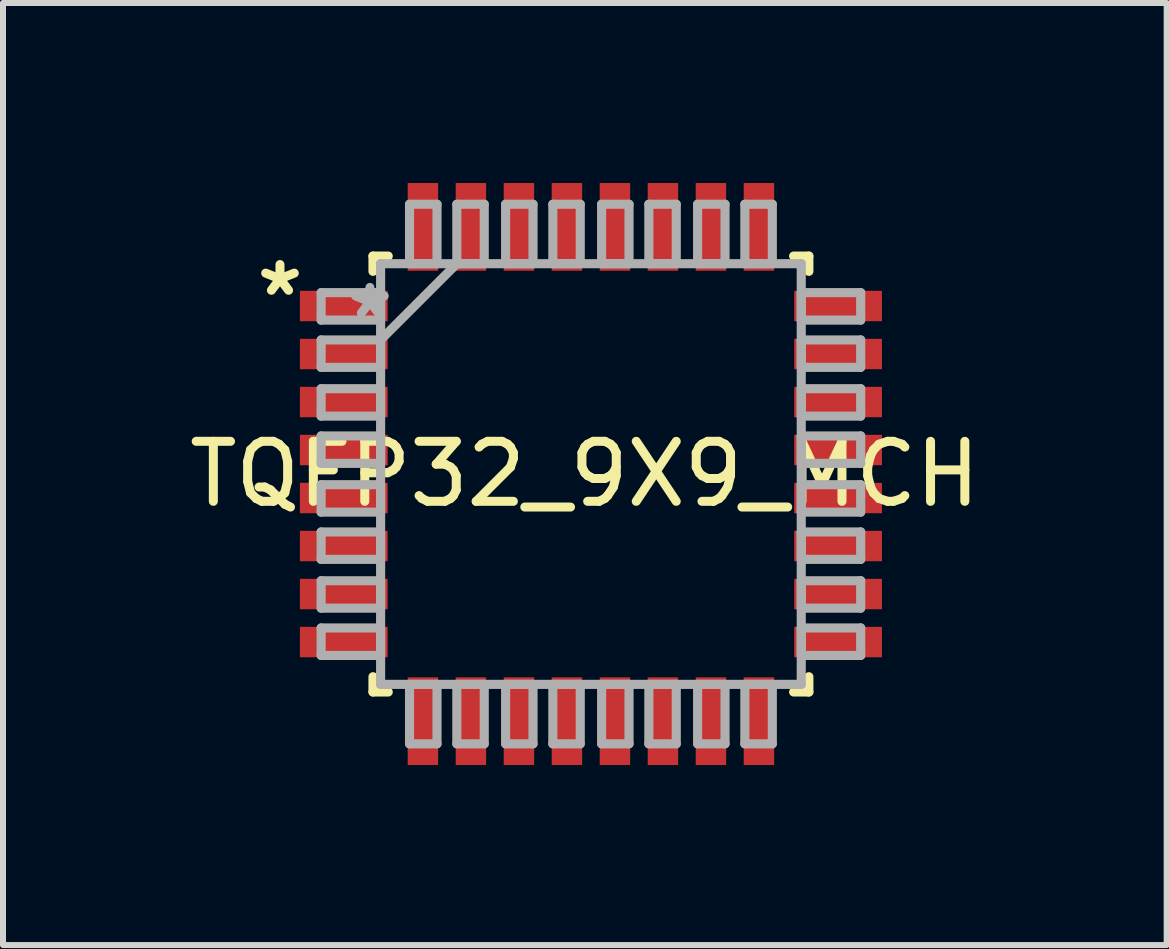
<source format=kicad_pcb>
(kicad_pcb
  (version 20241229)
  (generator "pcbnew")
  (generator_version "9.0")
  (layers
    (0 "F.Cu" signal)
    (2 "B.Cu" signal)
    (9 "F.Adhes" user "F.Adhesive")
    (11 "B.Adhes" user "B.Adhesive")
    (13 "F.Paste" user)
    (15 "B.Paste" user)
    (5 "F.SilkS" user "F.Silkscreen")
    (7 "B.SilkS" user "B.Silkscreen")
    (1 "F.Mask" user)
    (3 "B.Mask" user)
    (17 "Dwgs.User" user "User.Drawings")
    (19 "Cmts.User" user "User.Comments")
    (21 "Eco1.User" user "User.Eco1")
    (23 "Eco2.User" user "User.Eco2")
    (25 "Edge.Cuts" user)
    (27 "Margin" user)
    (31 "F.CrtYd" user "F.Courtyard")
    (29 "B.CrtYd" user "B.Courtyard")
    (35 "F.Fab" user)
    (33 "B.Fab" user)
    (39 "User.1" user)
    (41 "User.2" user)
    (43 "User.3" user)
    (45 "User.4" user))
  (footprint "TQFP32_9X9_MCH"
    (layer "F.Cu")
    (at 6.798 4.85)
    (property "Reference" "TQFP32_9X9_MCH" (at -0.102 0 0) (layer "F.SilkS") (effects (font (size 1 1) (thickness 0.15))))
    (attr smd)
    (fp_line (start -3.632 -3.632) (end -3.632 -3.378) (stroke (width 0.152) (type solid)) (layer "F.SilkS"))
    (fp_line (start -3.632 3.378) (end -3.632 3.632) (stroke (width 0.152) (type solid)) (layer "F.SilkS"))
    (fp_line (start -3.632 3.632) (end -3.378 3.632) (stroke (width 0.152) (type solid)) (layer "F.SilkS"))
    (fp_line (start -3.378 -3.632) (end -3.632 -3.632) (stroke (width 0.152) (type solid)) (layer "F.SilkS"))
    (fp_line (start 3.378 3.632) (end 3.632 3.632) (stroke (width 0.152) (type solid)) (layer "F.SilkS"))
    (fp_line (start 3.632 -3.632) (end 3.378 -3.632) (stroke (width 0.152) (type solid)) (layer "F.SilkS"))
    (fp_line (start 3.632 -3.378) (end 3.632 -3.632) (stroke (width 0.152) (type solid)) (layer "F.SilkS"))
    (fp_line (start 3.632 3.632) (end 3.632 3.378) (stroke (width 0.152) (type solid)) (layer "F.SilkS"))
    (fp_line (start -4.496 -3.023) (end -4.496 -2.565) (stroke (width 0.152) (type solid)) (layer "F.Fab"))
    (fp_line (start -4.496 -2.565) (end -3.505 -2.565) (stroke (width 0.152) (type solid)) (layer "F.Fab"))
    (fp_line (start -4.496 -2.235) (end -4.496 -1.778) (stroke (width 0.152) (type solid)) (layer "F.Fab"))
    (fp_line (start -4.496 -1.778) (end -3.505 -1.778) (stroke (width 0.152) (type solid)) (layer "F.Fab"))
    (fp_line (start -4.496 -1.422) (end -4.496 -0.965) (stroke (width 0.152) (type solid)) (layer "F.Fab"))
    (fp_line (start -4.496 -0.965) (end -3.505 -0.965) (stroke (width 0.152) (type solid)) (layer "F.Fab"))
    (fp_line (start -4.496 -0.635) (end -4.496 -0.178) (stroke (width 0.152) (type solid)) (layer "F.Fab"))
    (fp_line (start -4.496 -0.178) (end -3.505 -0.178) (stroke (width 0.152) (type solid)) (layer "F.Fab"))
    (fp_line (start -4.496 0.178) (end -4.496 0.635) (stroke (width 0.152) (type solid)) (layer "F.Fab"))
    (fp_line (start -4.496 0.635) (end -3.505 0.635) (stroke (width 0.152) (type solid)) (layer "F.Fab"))
    (fp_line (start -4.496 0.965) (end -4.496 1.422) (stroke (width 0.152) (type solid)) (layer "F.Fab"))
    (fp_line (start -4.496 1.422) (end -3.505 1.422) (stroke (width 0.152) (type solid)) (layer "F.Fab"))
    (fp_line (start -4.496 1.778) (end -4.496 2.235) (stroke (width 0.152) (type solid)) (layer "F.Fab"))
    (fp_line (start -4.496 2.235) (end -3.505 2.235) (stroke (width 0.152) (type solid)) (layer "F.Fab"))
    (fp_line (start -4.496 2.565) (end -4.496 3.023) (stroke (width 0.152) (type solid)) (layer "F.Fab"))
    (fp_line (start -4.496 3.023) (end -3.505 3.023) (stroke (width 0.152) (type solid)) (layer "F.Fab"))
    (fp_line (start -3.505 -3.505) (end -3.505 3.505) (stroke (width 0.152) (type solid)) (layer "F.Fab"))
    (fp_line (start -3.505 -3.023) (end -4.496 -3.023) (stroke (width 0.152) (type solid)) (layer "F.Fab"))
    (fp_line (start -3.505 -2.565) (end -3.505 -3.023) (stroke (width 0.152) (type solid)) (layer "F.Fab"))
    (fp_line (start -3.505 -2.235) (end -4.496 -2.235) (stroke (width 0.152) (type solid)) (layer "F.Fab"))
    (fp_line (start -3.505 -2.235) (end -2.235 -3.505) (stroke (width 0.152) (type solid)) (layer "F.Fab"))
    (fp_line (start -3.505 -1.778) (end -3.505 -2.235) (stroke (width 0.152) (type solid)) (layer "F.Fab"))
    (fp_line (start -3.505 -1.422) (end -4.496 -1.422) (stroke (width 0.152) (type solid)) (layer "F.Fab"))
    (fp_line (start -3.505 -0.965) (end -3.505 -1.422) (stroke (width 0.152) (type solid)) (layer "F.Fab"))
    (fp_line (start -3.505 -0.635) (end -4.496 -0.635) (stroke (width 0.152) (type solid)) (layer "F.Fab"))
    (fp_line (start -3.505 -0.178) (end -3.505 -0.635) (stroke (width 0.152) (type solid)) (layer "F.Fab"))
    (fp_line (start -3.505 0.178) (end -4.496 0.178) (stroke (width 0.152) (type solid)) (layer "F.Fab"))
    (fp_line (start -3.505 0.635) (end -3.505 0.178) (stroke (width 0.152) (type solid)) (layer "F.Fab"))
    (fp_line (start -3.505 0.965) (end -4.496 0.965) (stroke (width 0.152) (type solid)) (layer "F.Fab"))
    (fp_line (start -3.505 1.422) (end -3.505 0.965) (stroke (width 0.152) (type solid)) (layer "F.Fab"))
    (fp_line (start -3.505 1.778) (end -4.496 1.778) (stroke (width 0.152) (type solid)) (layer "F.Fab"))
    (fp_line (start -3.505 2.235) (end -3.505 1.778) (stroke (width 0.152) (type solid)) (layer "F.Fab"))
    (fp_line (start -3.505 2.565) (end -4.496 2.565) (stroke (width 0.152) (type solid)) (layer "F.Fab"))
    (fp_line (start -3.505 3.023) (end -3.505 2.565) (stroke (width 0.152) (type solid)) (layer "F.Fab"))
    (fp_line (start -3.505 3.505) (end 3.505 3.505) (stroke (width 0.152) (type solid)) (layer "F.Fab"))
    (fp_line (start -3.023 -4.496) (end -3.023 -3.505) (stroke (width 0.152) (type solid)) (layer "F.Fab"))
    (fp_line (start -3.023 -3.505) (end -2.565 -3.505) (stroke (width 0.152) (type solid)) (layer "F.Fab"))
    (fp_line (start -3.023 3.505) (end -3.023 4.496) (stroke (width 0.152) (type solid)) (layer "F.Fab"))
    (fp_line (start -3.023 4.496) (end -2.565 4.496) (stroke (width 0.152) (type solid)) (layer "F.Fab"))
    (fp_line (start -2.565 -4.496) (end -3.023 -4.496) (stroke (width 0.152) (type solid)) (layer "F.Fab"))
    (fp_line (start -2.565 -3.505) (end -2.565 -4.496) (stroke (width 0.152) (type solid)) (layer "F.Fab"))
    (fp_line (start -2.565 3.505) (end -3.023 3.505) (stroke (width 0.152) (type solid)) (layer "F.Fab"))
    (fp_line (start -2.565 4.496) (end -2.565 3.505) (stroke (width 0.152) (type solid)) (layer "F.Fab"))
    (fp_line (start -2.235 -4.496) (end -2.235 -3.505) (stroke (width 0.152) (type solid)) (layer "F.Fab"))
    (fp_line (start -2.235 -3.505) (end -1.778 -3.505) (stroke (width 0.152) (type solid)) (layer "F.Fab"))
    (fp_line (start -2.235 3.505) (end -2.235 4.496) (stroke (width 0.152) (type solid)) (layer "F.Fab"))
    (fp_line (start -2.235 4.496) (end -1.778 4.496) (stroke (width 0.152) (type solid)) (layer "F.Fab"))
    (fp_line (start -1.778 -4.496) (end -2.235 -4.496) (stroke (width 0.152) (type solid)) (layer "F.Fab"))
    (fp_line (start -1.778 -3.505) (end -1.778 -4.496) (stroke (width 0.152) (type solid)) (layer "F.Fab"))
    (fp_line (start -1.778 3.505) (end -2.235 3.505) (stroke (width 0.152) (type solid)) (layer "F.Fab"))
    (fp_line (start -1.778 4.496) (end -1.778 3.505) (stroke (width 0.152) (type solid)) (layer "F.Fab"))
    (fp_line (start -1.422 -4.496) (end -1.422 -3.505) (stroke (width 0.152) (type solid)) (layer "F.Fab"))
    (fp_line (start -1.422 -3.505) (end -0.965 -3.505) (stroke (width 0.152) (type solid)) (layer "F.Fab"))
    (fp_line (start -1.422 3.505) (end -1.422 4.496) (stroke (width 0.152) (type solid)) (layer "F.Fab"))
    (fp_line (start -1.422 4.496) (end -0.965 4.496) (stroke (width 0.152) (type solid)) (layer "F.Fab"))
    (fp_line (start -0.965 -4.496) (end -1.422 -4.496) (stroke (width 0.152) (type solid)) (layer "F.Fab"))
    (fp_line (start -0.965 -3.505) (end -0.965 -4.496) (stroke (width 0.152) (type solid)) (layer "F.Fab"))
    (fp_line (start -0.965 3.505) (end -1.422 3.505) (stroke (width 0.152) (type solid)) (layer "F.Fab"))
    (fp_line (start -0.965 4.496) (end -0.965 3.505) (stroke (width 0.152) (type solid)) (layer "F.Fab"))
    (fp_line (start -0.635 -4.496) (end -0.635 -3.505) (stroke (width 0.152) (type solid)) (layer "F.Fab"))
    (fp_line (start -0.635 -3.505) (end -0.178 -3.505) (stroke (width 0.152) (type solid)) (layer "F.Fab"))
    (fp_line (start -0.635 3.505) (end -0.635 4.496) (stroke (width 0.152) (type solid)) (layer "F.Fab"))
    (fp_line (start -0.635 4.496) (end -0.178 4.496) (stroke (width 0.152) (type solid)) (layer "F.Fab"))
    (fp_line (start -0.178 -4.496) (end -0.635 -4.496) (stroke (width 0.152) (type solid)) (layer "F.Fab"))
    (fp_line (start -0.178 -3.505) (end -0.178 -4.496) (stroke (width 0.152) (type solid)) (layer "F.Fab"))
    (fp_line (start -0.178 3.505) (end -0.635 3.505) (stroke (width 0.152) (type solid)) (layer "F.Fab"))
    (fp_line (start -0.178 4.496) (end -0.178 3.505) (stroke (width 0.152) (type solid)) (layer "F.Fab"))
    (fp_line (start 0.178 -4.496) (end 0.178 -3.505) (stroke (width 0.152) (type solid)) (layer "F.Fab"))
    (fp_line (start 0.178 -3.505) (end 0.635 -3.505) (stroke (width 0.152) (type solid)) (layer "F.Fab"))
    (fp_line (start 0.178 3.505) (end 0.178 4.496) (stroke (width 0.152) (type solid)) (layer "F.Fab"))
    (fp_line (start 0.178 4.496) (end 0.635 4.496) (stroke (width 0.152) (type solid)) (layer "F.Fab"))
    (fp_line (start 0.635 -4.496) (end 0.178 -4.496) (stroke (width 0.152) (type solid)) (layer "F.Fab"))
    (fp_line (start 0.635 -3.505) (end 0.635 -4.496) (stroke (width 0.152) (type solid)) (layer "F.Fab"))
    (fp_line (start 0.635 3.505) (end 0.178 3.505) (stroke (width 0.152) (type solid)) (layer "F.Fab"))
    (fp_line (start 0.635 4.496) (end 0.635 3.505) (stroke (width 0.152) (type solid)) (layer "F.Fab"))
    (fp_line (start 0.965 -4.496) (end 0.965 -3.505) (stroke (width 0.152) (type solid)) (layer "F.Fab"))
    (fp_line (start 0.965 -3.505) (end 1.422 -3.505) (stroke (width 0.152) (type solid)) (layer "F.Fab"))
    (fp_line (start 0.965 3.505) (end 0.965 4.496) (stroke (width 0.152) (type solid)) (layer "F.Fab"))
    (fp_line (start 0.965 4.496) (end 1.422 4.496) (stroke (width 0.152) (type solid)) (layer "F.Fab"))
    (fp_line (start 1.422 -4.496) (end 0.965 -4.496) (stroke (width 0.152) (type solid)) (layer "F.Fab"))
    (fp_line (start 1.422 -3.505) (end 1.422 -4.496) (stroke (width 0.152) (type solid)) (layer "F.Fab"))
    (fp_line (start 1.422 3.505) (end 0.965 3.505) (stroke (width 0.152) (type solid)) (layer "F.Fab"))
    (fp_line (start 1.422 4.496) (end 1.422 3.505) (stroke (width 0.152) (type solid)) (layer "F.Fab"))
    (fp_line (start 1.778 -4.496) (end 1.778 -3.505) (stroke (width 0.152) (type solid)) (layer "F.Fab"))
    (fp_line (start 1.778 -3.505) (end 2.235 -3.505) (stroke (width 0.152) (type solid)) (layer "F.Fab"))
    (fp_line (start 1.778 3.505) (end 1.778 4.496) (stroke (width 0.152) (type solid)) (layer "F.Fab"))
    (fp_line (start 1.778 4.496) (end 2.235 4.496) (stroke (width 0.152) (type solid)) (layer "F.Fab"))
    (fp_line (start 2.235 -4.496) (end 1.778 -4.496) (stroke (width 0.152) (type solid)) (layer "F.Fab"))
    (fp_line (start 2.235 -3.505) (end 2.235 -4.496) (stroke (width 0.152) (type solid)) (layer "F.Fab"))
    (fp_line (start 2.235 3.505) (end 1.778 3.505) (stroke (width 0.152) (type solid)) (layer "F.Fab"))
    (fp_line (start 2.235 4.496) (end 2.235 3.505) (stroke (width 0.152) (type solid)) (layer "F.Fab"))
    (fp_line (start 2.565 -4.496) (end 2.565 -3.505) (stroke (width 0.152) (type solid)) (layer "F.Fab"))
    (fp_line (start 2.565 -3.505) (end 3.023 -3.505) (stroke (width 0.152) (type solid)) (layer "F.Fab"))
    (fp_line (start 2.565 3.505) (end 2.565 4.496) (stroke (width 0.152) (type solid)) (layer "F.Fab"))
    (fp_line (start 2.565 4.496) (end 3.023 4.496) (stroke (width 0.152) (type solid)) (layer "F.Fab"))
    (fp_line (start 3.023 -4.496) (end 2.565 -4.496) (stroke (width 0.152) (type solid)) (layer "F.Fab"))
    (fp_line (start 3.023 -3.505) (end 3.023 -4.496) (stroke (width 0.152) (type solid)) (layer "F.Fab"))
    (fp_line (start 3.023 3.505) (end 2.565 3.505) (stroke (width 0.152) (type solid)) (layer "F.Fab"))
    (fp_line (start 3.023 4.496) (end 3.023 3.505) (stroke (width 0.152) (type solid)) (layer "F.Fab"))
    (fp_line (start 3.505 -3.505) (end -3.505 -3.505) (stroke (width 0.152) (type solid)) (layer "F.Fab"))
    (fp_line (start 3.505 -3.023) (end 3.505 -2.565) (stroke (width 0.152) (type solid)) (layer "F.Fab"))
    (fp_line (start 3.505 -2.565) (end 4.496 -2.565) (stroke (width 0.152) (type solid)) (layer "F.Fab"))
    (fp_line (start 3.505 -2.235) (end 3.505 -1.778) (stroke (width 0.152) (type solid)) (layer "F.Fab"))
    (fp_line (start 3.505 -1.778) (end 4.496 -1.778) (stroke (width 0.152) (type solid)) (layer "F.Fab"))
    (fp_line (start 3.505 -1.422) (end 3.505 -0.965) (stroke (width 0.152) (type solid)) (layer "F.Fab"))
    (fp_line (start 3.505 -0.965) (end 4.496 -0.965) (stroke (width 0.152) (type solid)) (layer "F.Fab"))
    (fp_line (start 3.505 -0.635) (end 3.505 -0.178) (stroke (width 0.152) (type solid)) (layer "F.Fab"))
    (fp_line (start 3.505 -0.178) (end 4.496 -0.178) (stroke (width 0.152) (type solid)) (layer "F.Fab"))
    (fp_line (start 3.505 0.178) (end 3.505 0.635) (stroke (width 0.152) (type solid)) (layer "F.Fab"))
    (fp_line (start 3.505 0.635) (end 4.496 0.635) (stroke (width 0.152) (type solid)) (layer "F.Fab"))
    (fp_line (start 3.505 0.965) (end 3.505 1.422) (stroke (width 0.152) (type solid)) (layer "F.Fab"))
    (fp_line (start 3.505 1.422) (end 4.496 1.422) (stroke (width 0.152) (type solid)) (layer "F.Fab"))
    (fp_line (start 3.505 1.778) (end 3.505 2.235) (stroke (width 0.152) (type solid)) (layer "F.Fab"))
    (fp_line (start 3.505 2.235) (end 4.496 2.235) (stroke (width 0.152) (type solid)) (layer "F.Fab"))
    (fp_line (start 3.505 2.565) (end 3.505 3.023) (stroke (width 0.152) (type solid)) (layer "F.Fab"))
    (fp_line (start 3.505 3.023) (end 4.496 3.023) (stroke (width 0.152) (type solid)) (layer "F.Fab"))
    (fp_line (start 3.505 3.505) (end 3.505 -3.505) (stroke (width 0.152) (type solid)) (layer "F.Fab"))
    (fp_line (start 4.496 -3.023) (end 3.505 -3.023) (stroke (width 0.152) (type solid)) (layer "F.Fab"))
    (fp_line (start 4.496 -2.565) (end 4.496 -3.023) (stroke (width 0.152) (type solid)) (layer "F.Fab"))
    (fp_line (start 4.496 -2.235) (end 3.505 -2.235) (stroke (width 0.152) (type solid)) (layer "F.Fab"))
    (fp_line (start 4.496 -1.778) (end 4.496 -2.235) (stroke (width 0.152) (type solid)) (layer "F.Fab"))
    (fp_line (start 4.496 -1.422) (end 3.505 -1.422) (stroke (width 0.152) (type solid)) (layer "F.Fab"))
    (fp_line (start 4.496 -0.965) (end 4.496 -1.422) (stroke (width 0.152) (type solid)) (layer "F.Fab"))
    (fp_line (start 4.496 -0.635) (end 3.505 -0.635) (stroke (width 0.152) (type solid)) (layer "F.Fab"))
    (fp_line (start 4.496 -0.178) (end 4.496 -0.635) (stroke (width 0.152) (type solid)) (layer "F.Fab"))
    (fp_line (start 4.496 0.178) (end 3.505 0.178) (stroke (width 0.152) (type solid)) (layer "F.Fab"))
    (fp_line (start 4.496 0.635) (end 4.496 0.178) (stroke (width 0.152) (type solid)) (layer "F.Fab"))
    (fp_line (start 4.496 0.965) (end 3.505 0.965) (stroke (width 0.152) (type solid)) (layer "F.Fab"))
    (fp_line (start 4.496 1.422) (end 4.496 0.965) (stroke (width 0.152) (type solid)) (layer "F.Fab"))
    (fp_line (start 4.496 1.778) (end 3.505 1.778) (stroke (width 0.152) (type solid)) (layer "F.Fab"))
    (fp_line (start 4.496 2.235) (end 4.496 1.778) (stroke (width 0.152) (type solid)) (layer "F.Fab"))
    (fp_line (start 4.496 2.565) (end 3.505 2.565) (stroke (width 0.152) (type solid)) (layer "F.Fab"))
    (fp_line (start 4.496 3.023) (end 4.496 2.565) (stroke (width 0.152) (type solid)) (layer "F.Fab"))
    (fp_text user "*" (at -5.182 -2.946 0) (layer "F.SilkS") (effects (font (size 1 1) (thickness 0.15))))
    (fp_text user "*" (at -3.683 -2.565 0) (layer "F.Fab") (effects (font (size 1 1) (thickness 0.15))))
    (pad "1" smd rect (at -4.119 -2.8 270) (size 0.507 1.462) (layers "F.Cu" "F.Mask" "F.Paste"))
    (pad "2" smd rect (at -4.119 -2 270) (size 0.507 1.462) (layers "F.Cu" "F.Mask" "F.Paste"))
    (pad "3" smd rect (at -4.119 -1.2 270) (size 0.507 1.462) (layers "F.Cu" "F.Mask" "F.Paste"))
    (pad "4" smd rect (at -4.119 -0.4 270) (size 0.507 1.462) (layers "F.Cu" "F.Mask" "F.Paste"))
    (pad "5" smd rect (at -4.119 0.4 270) (size 0.507 1.462) (layers "F.Cu" "F.Mask" "F.Paste"))
    (pad "6" smd rect (at -4.119 1.2 270) (size 0.507 1.462) (layers "F.Cu" "F.Mask" "F.Paste"))
    (pad "7" smd rect (at -4.119 2 270) (size 0.507 1.462) (layers "F.Cu" "F.Mask" "F.Paste"))
    (pad "8" smd rect (at -4.119 2.8 270) (size 0.507 1.462) (layers "F.Cu" "F.Mask" "F.Paste"))
    (pad "9" smd rect (at -2.8 4.119 180) (size 0.507 1.462) (layers "F.Cu" "F.Mask" "F.Paste"))
    (pad "10" smd rect (at -2 4.119 180) (size 0.507 1.462) (layers "F.Cu" "F.Mask" "F.Paste"))
    (pad "11" smd rect (at -1.2 4.119 180) (size 0.507 1.462) (layers "F.Cu" "F.Mask" "F.Paste"))
    (pad "12" smd rect (at -0.4 4.119 180) (size 0.507 1.462) (layers "F.Cu" "F.Mask" "F.Paste"))
    (pad "13" smd rect (at 0.4 4.119 180) (size 0.507 1.462) (layers "F.Cu" "F.Mask" "F.Paste"))
    (pad "14" smd rect (at 1.2 4.119 180) (size 0.507 1.462) (layers "F.Cu" "F.Mask" "F.Paste"))
    (pad "15" smd rect (at 2 4.119 180) (size 0.507 1.462) (layers "F.Cu" "F.Mask" "F.Paste"))
    (pad "16" smd rect (at 2.8 4.119 180) (size 0.507 1.462) (layers "F.Cu" "F.Mask" "F.Paste"))
    (pad "17" smd rect (at 4.119 2.8 270) (size 0.507 1.462) (layers "F.Cu" "F.Mask" "F.Paste"))
    (pad "18" smd rect (at 4.119 2 270) (size 0.507 1.462) (layers "F.Cu" "F.Mask" "F.Paste"))
    (pad "19" smd rect (at 4.119 1.2 270) (size 0.507 1.462) (layers "F.Cu" "F.Mask" "F.Paste"))
    (pad "20" smd rect (at 4.119 0.4 270) (size 0.507 1.462) (layers "F.Cu" "F.Mask" "F.Paste"))
    (pad "21" smd rect (at 4.119 -0.4 270) (size 0.507 1.462) (layers "F.Cu" "F.Mask" "F.Paste"))
    (pad "22" smd rect (at 4.119 -1.2 270) (size 0.507 1.462) (layers "F.Cu" "F.Mask" "F.Paste"))
    (pad "23" smd rect (at 4.119 -2 270) (size 0.507 1.462) (layers "F.Cu" "F.Mask" "F.Paste"))
    (pad "24" smd rect (at 4.119 -2.8 270) (size 0.507 1.462) (layers "F.Cu" "F.Mask" "F.Paste"))
    (pad "25" smd rect (at 2.8 -4.119 180) (size 0.507 1.462) (layers "F.Cu" "F.Mask" "F.Paste"))
    (pad "26" smd rect (at 2 -4.119 180) (size 0.507 1.462) (layers "F.Cu" "F.Mask" "F.Paste"))
    (pad "27" smd rect (at 1.2 -4.119 180) (size 0.507 1.462) (layers "F.Cu" "F.Mask" "F.Paste"))
    (pad "28" smd rect (at 0.4 -4.119 180) (size 0.507 1.462) (layers "F.Cu" "F.Mask" "F.Paste"))
    (pad "29" smd rect (at -0.4 -4.119 180) (size 0.507 1.462) (layers "F.Cu" "F.Mask" "F.Paste"))
    (pad "30" smd rect (at -1.2 -4.119 180) (size 0.507 1.462) (layers "F.Cu" "F.Mask" "F.Paste"))
    (pad "31" smd rect (at -2 -4.119 180) (size 0.507 1.462) (layers "F.Cu" "F.Mask" "F.Paste"))
    (pad "32" smd rect (at -2.8 -4.119 180) (size 0.507 1.462) (layers "F.Cu" "F.Mask" "F.Paste")))
  (gr_rect
    (start -3 -3)
    (end 16.393 12.7)
    (stroke (width 0.1) (type default))
    (fill no)
    (layer "Edge.Cuts")))
</source>
